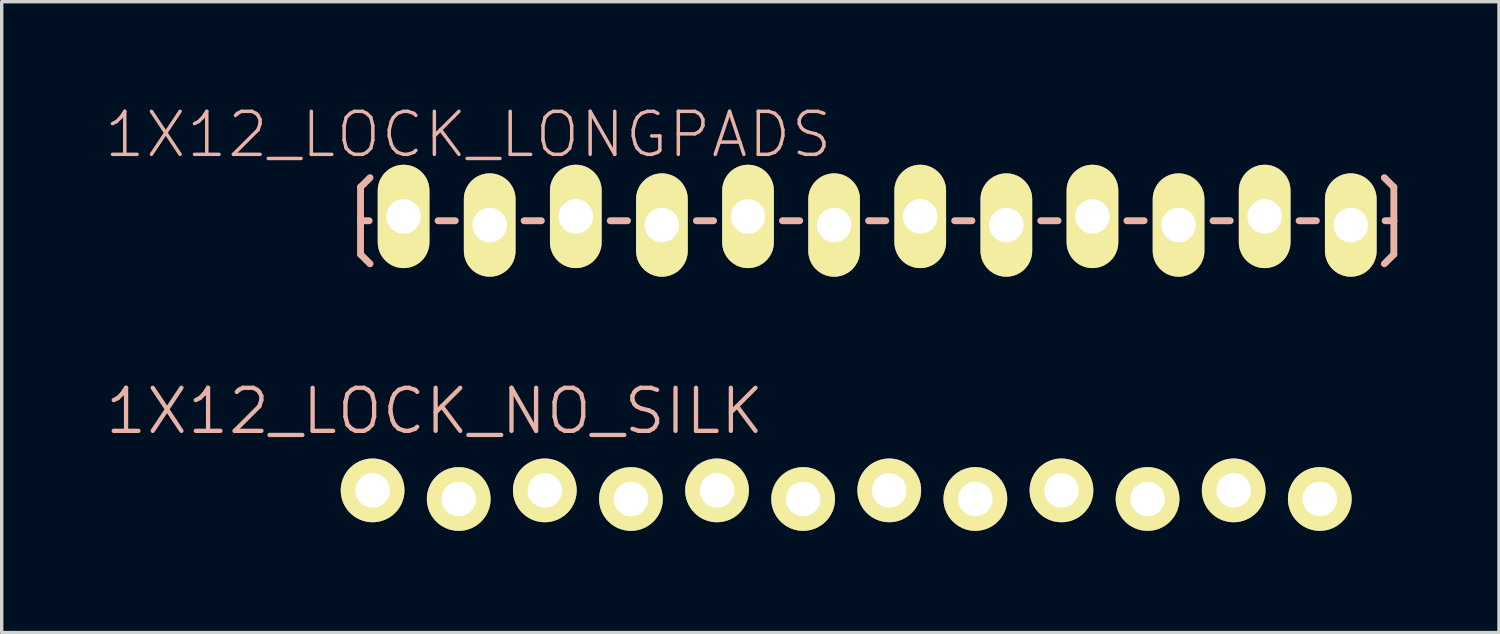
<source format=kicad_pcb>
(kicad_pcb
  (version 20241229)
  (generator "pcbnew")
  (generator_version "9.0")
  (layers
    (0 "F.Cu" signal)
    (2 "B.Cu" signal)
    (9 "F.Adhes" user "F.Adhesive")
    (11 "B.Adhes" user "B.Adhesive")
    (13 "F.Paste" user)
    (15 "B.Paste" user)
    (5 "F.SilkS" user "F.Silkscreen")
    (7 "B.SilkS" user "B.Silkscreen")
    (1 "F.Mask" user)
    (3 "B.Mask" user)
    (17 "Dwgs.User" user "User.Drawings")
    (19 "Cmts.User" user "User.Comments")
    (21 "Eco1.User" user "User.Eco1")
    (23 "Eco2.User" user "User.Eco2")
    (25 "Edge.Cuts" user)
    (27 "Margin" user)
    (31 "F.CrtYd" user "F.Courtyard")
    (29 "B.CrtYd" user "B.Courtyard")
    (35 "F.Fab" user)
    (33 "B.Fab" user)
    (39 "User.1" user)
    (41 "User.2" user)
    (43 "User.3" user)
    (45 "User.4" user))
  (footprint "1X12_LOCK_NO_SILK"
    (layer "F.Cu")
    (at 7.941 11.542)
    (property "Reference" "1X12_LOCK_NO_SILK" (at 1.829 -2.464 0) (layer "B.SilkS") (effects (font (size 1.27 1.27) (thickness 0.127))))
    (attr exclude_from_pos_files exclude_from_bom)
    (fp_line (start -0.254 -0.254) (end 0.254 -0.254) (stroke (width 0.066) (type solid)) (layer "F.SilkS"))
    (fp_line (start -0.254 0.254) (end -0.254 -0.254) (stroke (width 0.066) (type solid)) (layer "F.SilkS"))
    (fp_line (start -0.254 0.254) (end 0.254 0.254) (stroke (width 0.066) (type solid)) (layer "F.SilkS"))
    (fp_line (start 0.254 0.254) (end 0.254 -0.254) (stroke (width 0.066) (type solid)) (layer "F.SilkS"))
    (fp_line (start 2.286 -0.254) (end 2.794 -0.254) (stroke (width 0.066) (type solid)) (layer "F.SilkS"))
    (fp_line (start 2.286 0.254) (end 2.286 -0.254) (stroke (width 0.066) (type solid)) (layer "F.SilkS"))
    (fp_line (start 2.286 0.254) (end 2.794 0.254) (stroke (width 0.066) (type solid)) (layer "F.SilkS"))
    (fp_line (start 2.794 0.254) (end 2.794 -0.254) (stroke (width 0.066) (type solid)) (layer "F.SilkS"))
    (fp_line (start 4.826 -0.254) (end 5.334 -0.254) (stroke (width 0.066) (type solid)) (layer "F.SilkS"))
    (fp_line (start 4.826 0.254) (end 4.826 -0.254) (stroke (width 0.066) (type solid)) (layer "F.SilkS"))
    (fp_line (start 4.826 0.254) (end 5.334 0.254) (stroke (width 0.066) (type solid)) (layer "F.SilkS"))
    (fp_line (start 5.334 0.254) (end 5.334 -0.254) (stroke (width 0.066) (type solid)) (layer "F.SilkS"))
    (fp_line (start 7.366 -0.254) (end 7.874 -0.254) (stroke (width 0.066) (type solid)) (layer "F.SilkS"))
    (fp_line (start 7.366 0.254) (end 7.366 -0.254) (stroke (width 0.066) (type solid)) (layer "F.SilkS"))
    (fp_line (start 7.366 0.254) (end 7.874 0.254) (stroke (width 0.066) (type solid)) (layer "F.SilkS"))
    (fp_line (start 7.874 0.254) (end 7.874 -0.254) (stroke (width 0.066) (type solid)) (layer "F.SilkS"))
    (fp_line (start 9.906 -0.254) (end 10.414 -0.254) (stroke (width 0.066) (type solid)) (layer "F.SilkS"))
    (fp_line (start 9.906 0.254) (end 9.906 -0.254) (stroke (width 0.066) (type solid)) (layer "F.SilkS"))
    (fp_line (start 9.906 0.254) (end 10.414 0.254) (stroke (width 0.066) (type solid)) (layer "F.SilkS"))
    (fp_line (start 10.414 0.254) (end 10.414 -0.254) (stroke (width 0.066) (type solid)) (layer "F.SilkS"))
    (fp_line (start 12.446 -0.254) (end 12.954 -0.254) (stroke (width 0.066) (type solid)) (layer "F.SilkS"))
    (fp_line (start 12.446 0.254) (end 12.446 -0.254) (stroke (width 0.066) (type solid)) (layer "F.SilkS"))
    (fp_line (start 12.446 0.254) (end 12.954 0.254) (stroke (width 0.066) (type solid)) (layer "F.SilkS"))
    (fp_line (start 12.954 0.254) (end 12.954 -0.254) (stroke (width 0.066) (type solid)) (layer "F.SilkS"))
    (fp_line (start 14.986 -0.254) (end 15.494 -0.254) (stroke (width 0.066) (type solid)) (layer "F.SilkS"))
    (fp_line (start 14.986 0.254) (end 14.986 -0.254) (stroke (width 0.066) (type solid)) (layer "F.SilkS"))
    (fp_line (start 14.986 0.254) (end 15.494 0.254) (stroke (width 0.066) (type solid)) (layer "F.SilkS"))
    (fp_line (start 15.494 0.254) (end 15.494 -0.254) (stroke (width 0.066) (type solid)) (layer "F.SilkS"))
    (fp_line (start 17.523 -0.254) (end 18.034 -0.254) (stroke (width 0.066) (type solid)) (layer "F.SilkS"))
    (fp_line (start 17.523 0.254) (end 17.523 -0.254) (stroke (width 0.066) (type solid)) (layer "F.SilkS"))
    (fp_line (start 17.523 0.254) (end 18.034 0.254) (stroke (width 0.066) (type solid)) (layer "F.SilkS"))
    (fp_line (start 18.034 0.254) (end 18.034 -0.254) (stroke (width 0.066) (type solid)) (layer "F.SilkS"))
    (fp_line (start 20.066 -0.254) (end 20.574 -0.254) (stroke (width 0.066) (type solid)) (layer "F.SilkS"))
    (fp_line (start 20.066 0.254) (end 20.066 -0.254) (stroke (width 0.066) (type solid)) (layer "F.SilkS"))
    (fp_line (start 20.066 0.254) (end 20.574 0.254) (stroke (width 0.066) (type solid)) (layer "F.SilkS"))
    (fp_line (start 20.574 0.254) (end 20.574 -0.254) (stroke (width 0.066) (type solid)) (layer "F.SilkS"))
    (fp_line (start 22.606 -0.254) (end 23.114 -0.254) (stroke (width 0.066) (type solid)) (layer "F.SilkS"))
    (fp_line (start 22.606 0.254) (end 22.606 -0.254) (stroke (width 0.066) (type solid)) (layer "F.SilkS"))
    (fp_line (start 22.606 0.254) (end 23.114 0.254) (stroke (width 0.066) (type solid)) (layer "F.SilkS"))
    (fp_line (start 23.114 0.254) (end 23.114 -0.254) (stroke (width 0.066) (type solid)) (layer "F.SilkS"))
    (fp_line (start 25.146 -0.254) (end 25.654 -0.254) (stroke (width 0.066) (type solid)) (layer "F.SilkS"))
    (fp_line (start 25.146 0.254) (end 25.146 -0.254) (stroke (width 0.066) (type solid)) (layer "F.SilkS"))
    (fp_line (start 25.146 0.254) (end 25.654 0.254) (stroke (width 0.066) (type solid)) (layer "F.SilkS"))
    (fp_line (start 25.654 0.254) (end 25.654 -0.254) (stroke (width 0.066) (type solid)) (layer "F.SilkS"))
    (fp_line (start 27.686 -0.254) (end 28.194 -0.254) (stroke (width 0.066) (type solid)) (layer "F.SilkS"))
    (fp_line (start 27.686 0.254) (end 27.686 -0.254) (stroke (width 0.066) (type solid)) (layer "F.SilkS"))
    (fp_line (start 27.686 0.254) (end 28.194 0.254) (stroke (width 0.066) (type solid)) (layer "F.SilkS"))
    (fp_line (start 28.194 0.254) (end 28.194 -0.254) (stroke (width 0.066) (type solid)) (layer "F.SilkS"))
    (pad "1" thru_hole circle (at 0 -0.127) (size 1.88 1.88) (drill 1.016) (layers "*.Cu" "F.Mask" "F.SilkS" "F.Paste"))
    (pad "2" thru_hole circle (at 2.54 0.127) (size 1.88 1.88) (drill 1.016) (layers "*.Cu" "F.Mask" "F.SilkS" "F.Paste"))
    (pad "3" thru_hole circle (at 5.08 -0.127) (size 1.88 1.88) (drill 1.016) (layers "*.Cu" "F.Mask" "F.SilkS" "F.Paste"))
    (pad "4" thru_hole circle (at 7.62 0.127) (size 1.88 1.88) (drill 1.016) (layers "*.Cu" "F.Mask" "F.SilkS" "F.Paste"))
    (pad "5" thru_hole circle (at 10.16 -0.127) (size 1.88 1.88) (drill 1.016) (layers "*.Cu" "F.Mask" "F.SilkS" "F.Paste"))
    (pad "6" thru_hole circle (at 12.7 0.127) (size 1.88 1.88) (drill 1.016) (layers "*.Cu" "F.Mask" "F.SilkS" "F.Paste"))
    (pad "7" thru_hole circle (at 15.24 -0.127) (size 1.88 1.88) (drill 1.016) (layers "*.Cu" "F.Mask" "F.SilkS" "F.Paste"))
    (pad "8" thru_hole circle (at 17.78 0.127) (size 1.88 1.88) (drill 1.016) (layers "*.Cu" "F.Mask" "F.SilkS" "F.Paste"))
    (pad "9" thru_hole circle (at 20.32 -0.127) (size 1.88 1.88) (drill 1.016) (layers "*.Cu" "F.Mask" "F.SilkS" "F.Paste"))
    (pad "10" thru_hole circle (at 22.86 0.127) (size 1.88 1.88) (drill 1.016) (layers "*.Cu" "F.Mask" "F.SilkS" "F.Paste"))
    (pad "11" thru_hole circle (at 25.4 -0.127) (size 1.88 1.88) (drill 1.016) (layers "*.Cu" "F.Mask" "F.SilkS" "F.Paste"))
    (pad "12" thru_hole circle (at 27.94 0.127) (size 1.88 1.88) (drill 1.016) (layers "*.Cu" "F.Mask" "F.SilkS" "F.Paste")))
  (footprint "1X12_LOCK_LONGPADS"
    (layer "F.Cu")
    (at 8.855 3.461)
    (property "Reference" "1X12_LOCK_LONGPADS" (at 1.905 -2.54 0) (layer "B.SilkS") (effects (font (size 1.27 1.27) (thickness 0.102))))
    (attr exclude_from_pos_files exclude_from_bom)
    (fp_line (start -0.292 -0.292) (end 0.292 -0.292) (stroke (width 0.066) (type solid)) (layer "F.SilkS"))
    (fp_line (start -0.292 0.292) (end -0.292 -0.292) (stroke (width 0.066) (type solid)) (layer "F.SilkS"))
    (fp_line (start -0.292 0.292) (end 0.292 0.292) (stroke (width 0.066) (type solid)) (layer "F.SilkS"))
    (fp_line (start 0.292 0.292) (end 0.292 -0.292) (stroke (width 0.066) (type solid)) (layer "F.SilkS"))
    (fp_line (start 2.248 -0.292) (end 2.832 -0.292) (stroke (width 0.066) (type solid)) (layer "F.SilkS"))
    (fp_line (start 2.248 0.292) (end 2.248 -0.292) (stroke (width 0.066) (type solid)) (layer "F.SilkS"))
    (fp_line (start 2.248 0.292) (end 2.832 0.292) (stroke (width 0.066) (type solid)) (layer "F.SilkS"))
    (fp_line (start 2.832 0.292) (end 2.832 -0.292) (stroke (width 0.066) (type solid)) (layer "F.SilkS"))
    (fp_line (start 4.788 -0.292) (end 5.372 -0.292) (stroke (width 0.066) (type solid)) (layer "F.SilkS"))
    (fp_line (start 4.788 0.292) (end 4.788 -0.292) (stroke (width 0.066) (type solid)) (layer "F.SilkS"))
    (fp_line (start 4.788 0.292) (end 5.372 0.292) (stroke (width 0.066) (type solid)) (layer "F.SilkS"))
    (fp_line (start 5.372 0.292) (end 5.372 -0.292) (stroke (width 0.066) (type solid)) (layer "F.SilkS"))
    (fp_line (start 7.328 -0.292) (end 7.912 -0.292) (stroke (width 0.066) (type solid)) (layer "F.SilkS"))
    (fp_line (start 7.328 0.292) (end 7.328 -0.292) (stroke (width 0.066) (type solid)) (layer "F.SilkS"))
    (fp_line (start 7.328 0.292) (end 7.912 0.292) (stroke (width 0.066) (type solid)) (layer "F.SilkS"))
    (fp_line (start 7.912 0.292) (end 7.912 -0.292) (stroke (width 0.066) (type solid)) (layer "F.SilkS"))
    (fp_line (start 9.868 -0.292) (end 10.452 -0.292) (stroke (width 0.066) (type solid)) (layer "F.SilkS"))
    (fp_line (start 9.868 0.292) (end 9.868 -0.292) (stroke (width 0.066) (type solid)) (layer "F.SilkS"))
    (fp_line (start 9.868 0.292) (end 10.452 0.292) (stroke (width 0.066) (type solid)) (layer "F.SilkS"))
    (fp_line (start 10.452 0.292) (end 10.452 -0.292) (stroke (width 0.066) (type solid)) (layer "F.SilkS"))
    (fp_line (start 12.408 -0.292) (end 12.992 -0.292) (stroke (width 0.066) (type solid)) (layer "F.SilkS"))
    (fp_line (start 12.408 0.292) (end 12.408 -0.292) (stroke (width 0.066) (type solid)) (layer "F.SilkS"))
    (fp_line (start 12.408 0.292) (end 12.992 0.292) (stroke (width 0.066) (type solid)) (layer "F.SilkS"))
    (fp_line (start 12.992 0.292) (end 12.992 -0.292) (stroke (width 0.066) (type solid)) (layer "F.SilkS"))
    (fp_line (start 14.948 -0.292) (end 15.532 -0.292) (stroke (width 0.066) (type solid)) (layer "F.SilkS"))
    (fp_line (start 14.948 0.292) (end 14.948 -0.292) (stroke (width 0.066) (type solid)) (layer "F.SilkS"))
    (fp_line (start 14.948 0.292) (end 15.532 0.292) (stroke (width 0.066) (type solid)) (layer "F.SilkS"))
    (fp_line (start 15.532 0.292) (end 15.532 -0.292) (stroke (width 0.066) (type solid)) (layer "F.SilkS"))
    (fp_line (start 17.488 -0.292) (end 18.072 -0.292) (stroke (width 0.066) (type solid)) (layer "F.SilkS"))
    (fp_line (start 17.488 0.292) (end 17.488 -0.292) (stroke (width 0.066) (type solid)) (layer "F.SilkS"))
    (fp_line (start 17.488 0.292) (end 18.072 0.292) (stroke (width 0.066) (type solid)) (layer "F.SilkS"))
    (fp_line (start 18.072 0.292) (end 18.072 -0.292) (stroke (width 0.066) (type solid)) (layer "F.SilkS"))
    (fp_line (start 20.028 -0.292) (end 20.612 -0.292) (stroke (width 0.066) (type solid)) (layer "F.SilkS"))
    (fp_line (start 20.028 0.292) (end 20.028 -0.292) (stroke (width 0.066) (type solid)) (layer "F.SilkS"))
    (fp_line (start 20.028 0.292) (end 20.612 0.292) (stroke (width 0.066) (type solid)) (layer "F.SilkS"))
    (fp_line (start 20.612 0.292) (end 20.612 -0.292) (stroke (width 0.066) (type solid)) (layer "F.SilkS"))
    (fp_line (start 22.568 -0.292) (end 23.152 -0.292) (stroke (width 0.066) (type solid)) (layer "F.SilkS"))
    (fp_line (start 22.568 0.292) (end 22.568 -0.292) (stroke (width 0.066) (type solid)) (layer "F.SilkS"))
    (fp_line (start 22.568 0.292) (end 23.152 0.292) (stroke (width 0.066) (type solid)) (layer "F.SilkS"))
    (fp_line (start 23.152 0.292) (end 23.152 -0.292) (stroke (width 0.066) (type solid)) (layer "F.SilkS"))
    (fp_line (start 25.108 -0.292) (end 25.692 -0.292) (stroke (width 0.066) (type solid)) (layer "F.SilkS"))
    (fp_line (start 25.108 0.292) (end 25.108 -0.292) (stroke (width 0.066) (type solid)) (layer "F.SilkS"))
    (fp_line (start 25.108 0.292) (end 25.692 0.292) (stroke (width 0.066) (type solid)) (layer "F.SilkS"))
    (fp_line (start 25.692 0.292) (end 25.692 -0.292) (stroke (width 0.066) (type solid)) (layer "F.SilkS"))
    (fp_line (start 27.648 -0.292) (end 28.232 -0.292) (stroke (width 0.066) (type solid)) (layer "F.SilkS"))
    (fp_line (start 27.648 0.292) (end 27.648 -0.292) (stroke (width 0.066) (type solid)) (layer "F.SilkS"))
    (fp_line (start 27.648 0.292) (end 28.232 0.292) (stroke (width 0.066) (type solid)) (layer "F.SilkS"))
    (fp_line (start 28.232 0.292) (end 28.232 -0.292) (stroke (width 0.066) (type solid)) (layer "F.SilkS"))
    (fp_line (start -1.27 -0.991) (end -0.991 -1.27) (stroke (width 0.203) (type solid)) (layer "B.SilkS"))
    (fp_line (start -1.27 0) (end -1.27 -0.991) (stroke (width 0.203) (type solid)) (layer "B.SilkS"))
    (fp_line (start -1.27 0) (end -1.27 0.991) (stroke (width 0.203) (type solid)) (layer "B.SilkS"))
    (fp_line (start -1.27 0) (end -1.016 0) (stroke (width 0.203) (type solid)) (layer "B.SilkS"))
    (fp_line (start -1.27 0.991) (end -0.991 1.27) (stroke (width 0.203) (type solid)) (layer "B.SilkS"))
    (fp_line (start 1.524 0) (end 1.016 0) (stroke (width 0.203) (type solid)) (layer "B.SilkS"))
    (fp_line (start 4.064 0) (end 3.556 0) (stroke (width 0.203) (type solid)) (layer "B.SilkS"))
    (fp_line (start 6.604 0) (end 6.096 0) (stroke (width 0.203) (type solid)) (layer "B.SilkS"))
    (fp_line (start 9.144 0) (end 8.636 0) (stroke (width 0.203) (type solid)) (layer "B.SilkS"))
    (fp_line (start 11.684 0) (end 11.176 0) (stroke (width 0.203) (type solid)) (layer "B.SilkS"))
    (fp_line (start 14.224 0) (end 13.716 0) (stroke (width 0.203) (type solid)) (layer "B.SilkS"))
    (fp_line (start 16.764 0) (end 16.256 0) (stroke (width 0.203) (type solid)) (layer "B.SilkS"))
    (fp_line (start 19.304 0) (end 18.796 0) (stroke (width 0.203) (type solid)) (layer "B.SilkS"))
    (fp_line (start 21.844 0) (end 21.336 0) (stroke (width 0.203) (type solid)) (layer "B.SilkS"))
    (fp_line (start 24.384 0) (end 23.876 0) (stroke (width 0.203) (type solid)) (layer "B.SilkS"))
    (fp_line (start 26.924 0) (end 26.416 0) (stroke (width 0.203) (type solid)) (layer "B.SilkS"))
    (fp_line (start 29.21 -0.991) (end 28.931 -1.27) (stroke (width 0.203) (type solid)) (layer "B.SilkS"))
    (fp_line (start 29.21 0) (end 28.953 0) (stroke (width 0.203) (type solid)) (layer "B.SilkS"))
    (fp_line (start 29.21 0) (end 29.21 -0.991) (stroke (width 0.203) (type solid)) (layer "B.SilkS"))
    (fp_line (start 29.21 0) (end 29.21 0.991) (stroke (width 0.203) (type solid)) (layer "B.SilkS"))
    (fp_line (start 29.21 0.991) (end 28.931 1.27) (stroke (width 0.203) (type solid)) (layer "B.SilkS"))
    (pad "1" thru_hole oval (at 0 -0.127 180) (size 1.524 3.048) (drill 1.016) (layers "*.Cu" "F.Mask" "F.SilkS" "F.Paste"))
    (pad "2" thru_hole oval (at 2.54 0.127 180) (size 1.524 3.048) (drill 1.016) (layers "*.Cu" "F.Mask" "F.SilkS" "F.Paste"))
    (pad "3" thru_hole oval (at 5.08 -0.127 180) (size 1.524 3.048) (drill 1.016) (layers "*.Cu" "F.Mask" "F.SilkS" "F.Paste"))
    (pad "4" thru_hole oval (at 7.62 0.127 180) (size 1.524 3.048) (drill 1.016) (layers "*.Cu" "F.Mask" "F.SilkS" "F.Paste"))
    (pad "5" thru_hole oval (at 10.16 -0.127 180) (size 1.524 3.048) (drill 1.016) (layers "*.Cu" "F.Mask" "F.SilkS" "F.Paste"))
    (pad "6" thru_hole oval (at 12.7 0.127 180) (size 1.524 3.048) (drill 1.016) (layers "*.Cu" "F.Mask" "F.SilkS" "F.Paste"))
    (pad "7" thru_hole oval (at 15.24 -0.127 180) (size 1.524 3.048) (drill 1.016) (layers "*.Cu" "F.Mask" "F.SilkS" "F.Paste"))
    (pad "8" thru_hole oval (at 17.78 0.127 180) (size 1.524 3.048) (drill 1.016) (layers "*.Cu" "F.Mask" "F.SilkS" "F.Paste"))
    (pad "9" thru_hole oval (at 20.32 -0.127 180) (size 1.524 3.048) (drill 1.016) (layers "*.Cu" "F.Mask" "F.SilkS" "F.Paste"))
    (pad "10" thru_hole oval (at 22.86 0.127 180) (size 1.524 3.048) (drill 1.016) (layers "*.Cu" "F.Mask" "F.SilkS" "F.Paste"))
    (pad "11" thru_hole oval (at 25.4 -0.127 180) (size 1.524 3.048) (drill 1.016) (layers "*.Cu" "F.Mask" "F.SilkS" "F.Paste"))
    (pad "12" thru_hole oval (at 27.94 0.127 180) (size 1.524 3.048) (drill 1.016) (layers "*.Cu" "F.Mask" "F.SilkS" "F.Paste")))
  (gr_rect
    (start -3 -3)
    (end 41.167 15.609)
    (stroke (width 0.1) (type default))
    (fill no)
    (layer "Edge.Cuts")))
</source>
